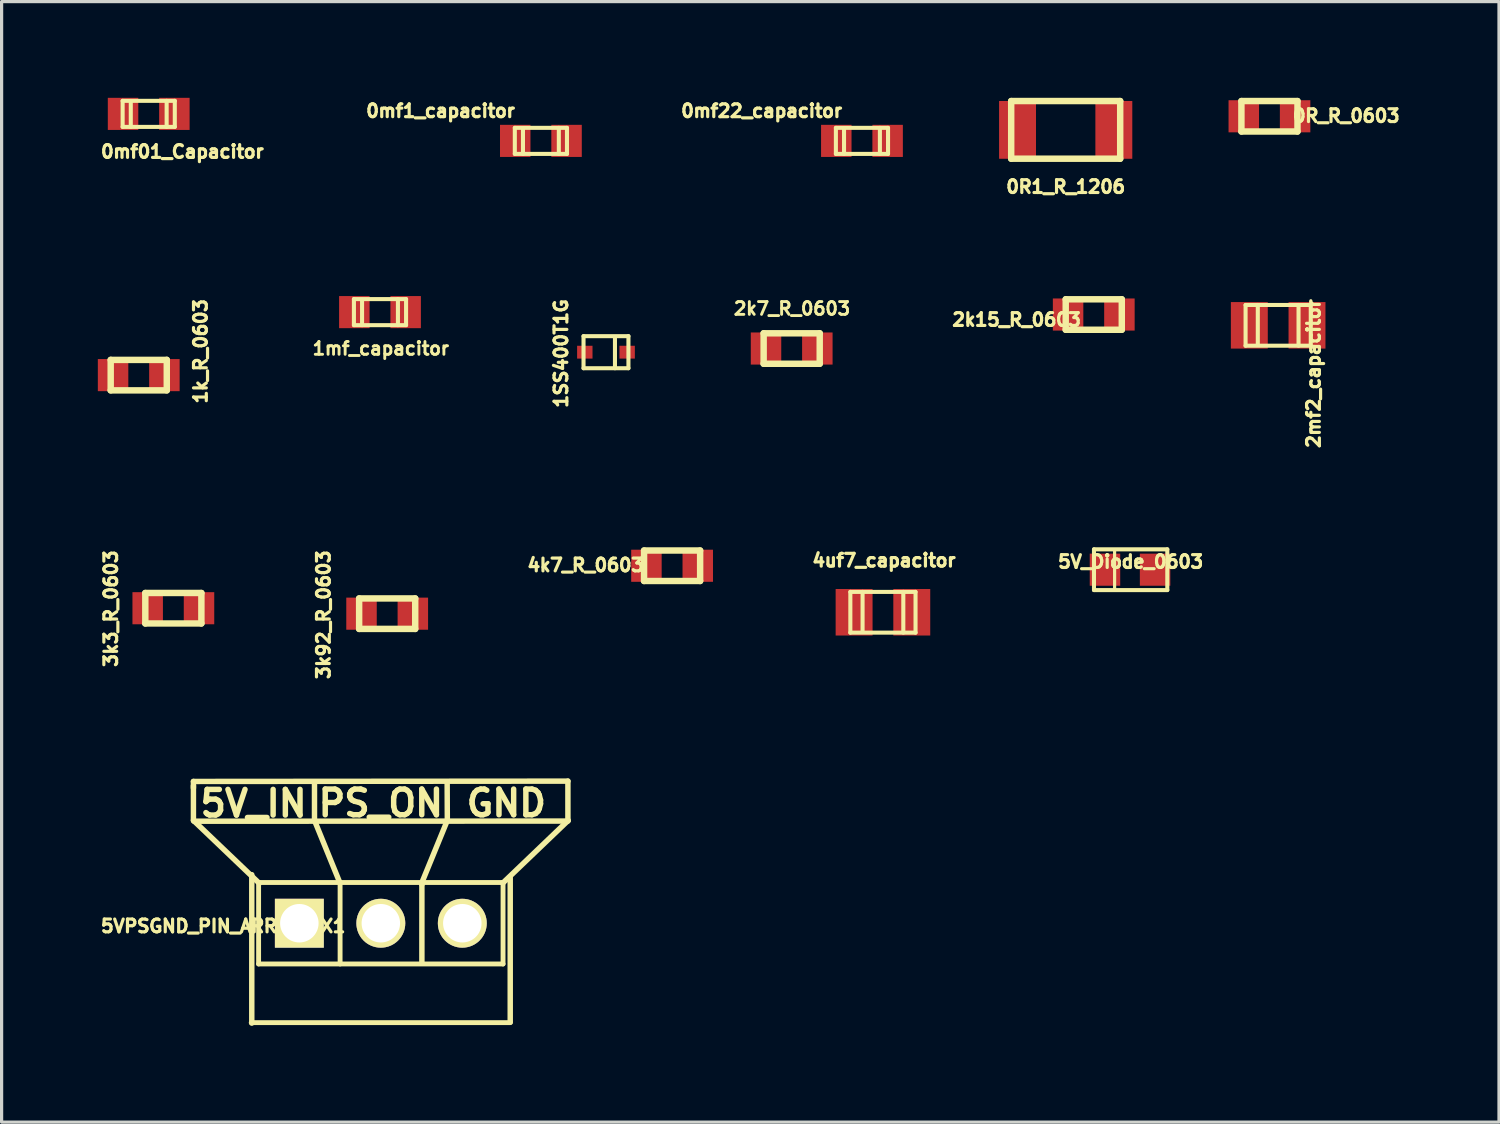
<source format=kicad_pcb>
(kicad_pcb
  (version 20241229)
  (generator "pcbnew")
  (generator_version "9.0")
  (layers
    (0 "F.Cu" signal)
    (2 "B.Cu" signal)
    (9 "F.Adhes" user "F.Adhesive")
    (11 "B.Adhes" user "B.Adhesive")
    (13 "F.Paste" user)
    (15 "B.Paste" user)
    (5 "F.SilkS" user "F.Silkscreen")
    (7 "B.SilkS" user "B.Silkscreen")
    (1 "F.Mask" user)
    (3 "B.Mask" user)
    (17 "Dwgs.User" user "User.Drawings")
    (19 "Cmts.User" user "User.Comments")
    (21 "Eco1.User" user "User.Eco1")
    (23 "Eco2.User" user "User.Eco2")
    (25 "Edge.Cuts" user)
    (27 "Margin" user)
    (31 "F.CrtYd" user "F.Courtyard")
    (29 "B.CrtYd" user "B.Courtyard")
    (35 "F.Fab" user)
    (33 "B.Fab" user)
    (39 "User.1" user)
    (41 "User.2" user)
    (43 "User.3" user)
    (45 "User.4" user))
  (footprint "3k92_R_0603"
    (layer "F.Cu")
    (at 9.02 16.081)
    (property "Reference" "3k92_R_0603" (at -1.984 0.033 90) (layer "F.SilkS") (effects (font (size 0.399 0.399) (thickness 0.099))))
    (attr smd)
    (fp_line (start -0.874 -0.475) (end 0.874 -0.475) (stroke (width 0.201) (type solid)) (layer "F.SilkS"))
    (fp_line (start -0.874 0.475) (end -0.874 -0.475) (stroke (width 0.201) (type solid)) (layer "F.SilkS"))
    (fp_line (start 0.874 -0.475) (end 0.874 0.475) (stroke (width 0.201) (type solid)) (layer "F.SilkS"))
    (fp_line (start 0.874 0.475) (end -0.874 0.475) (stroke (width 0.201) (type solid)) (layer "F.SilkS"))
    (pad "1" smd rect (at -0.8 0) (size 0.95 1.001) (layers "F.Cu" "F.Mask" "F.Paste"))
    (pad "2" smd rect (at 0.8 0) (size 0.95 1.001) (layers "F.Cu" "F.Mask" "F.Paste")))
  (footprint "0R_R_0603"
    (layer "F.Cu")
    (at 36.524 0.575)
    (property "Reference" "0R_R_0603" (at 2.395 -0.015 0) (layer "F.SilkS") (effects (font (size 0.399 0.399) (thickness 0.099))))
    (attr smd)
    (fp_line (start -0.874 -0.475) (end 0.874 -0.475) (stroke (width 0.201) (type solid)) (layer "F.SilkS"))
    (fp_line (start -0.874 0.475) (end -0.874 -0.475) (stroke (width 0.201) (type solid)) (layer "F.SilkS"))
    (fp_line (start 0.874 -0.475) (end 0.874 0.475) (stroke (width 0.201) (type solid)) (layer "F.SilkS"))
    (fp_line (start 0.874 0.475) (end -0.874 0.475) (stroke (width 0.201) (type solid)) (layer "F.SilkS"))
    (pad "1" smd rect (at -0.8 0) (size 0.95 1.001) (layers "F.Cu" "F.Mask" "F.Paste"))
    (pad "2" smd rect (at 0.8 0) (size 0.95 1.001) (layers "F.Cu" "F.Mask" "F.Paste")))
  (footprint "5V_Diode_0603"
    (layer "F.Cu")
    (at 32.197 14.71)
    (property "Reference" "5V_Diode_0603" (at 0 -0.249 0) (layer "F.SilkS") (effects (font (size 0.399 0.399) (thickness 0.099))))
    (attr smd)
    (fp_line (start -1.143 -0.635) (end 1.143 -0.635) (stroke (width 0.127) (type solid)) (layer "F.SilkS"))
    (fp_line (start -1.143 0.635) (end -1.143 -0.635) (stroke (width 0.127) (type solid)) (layer "F.SilkS"))
    (fp_line (start -0.5 -0.599) (end -0.5 0.599) (stroke (width 0.099) (type solid)) (layer "F.SilkS"))
    (fp_line (start 1.143 -0.635) (end 1.143 0.635) (stroke (width 0.127) (type solid)) (layer "F.SilkS"))
    (fp_line (start 1.143 0.635) (end -1.143 0.635) (stroke (width 0.127) (type solid)) (layer "F.SilkS"))
    (pad "1" smd rect (at 0.762 0) (size 0.95 1.001) (layers "F.Cu" "F.Mask" "F.Paste"))
    (pad "2" smd rect (at -0.8 0) (size 0.95 1.001) (layers "F.Cu" "F.Mask" "F.Paste")))
  (footprint "0R1_R_1206"
    (layer "F.Cu")
    (at 30.172 0.999)
    (property "Reference" "0R1_R_1206" (at 0 1.773 0) (layer "F.SilkS") (effects (font (size 0.399 0.399) (thickness 0.099))))
    (attr smd)
    (fp_line (start -1.699 -0.899) (end 1.699 -0.899) (stroke (width 0.201) (type solid)) (layer "F.SilkS"))
    (fp_line (start -1.699 0.899) (end -1.699 -0.899) (stroke (width 0.201) (type solid)) (layer "F.SilkS"))
    (fp_line (start 1.699 -0.899) (end 1.699 0.899) (stroke (width 0.201) (type solid)) (layer "F.SilkS"))
    (fp_line (start 1.699 0.899) (end -1.699 0.899) (stroke (width 0.201) (type solid)) (layer "F.SilkS"))
    (pad "1" smd rect (at -1.501 0) (size 1.151 1.801) (layers "F.Cu" "F.Mask" "F.Paste"))
    (pad "2" smd rect (at 1.501 0) (size 1.151 1.801) (layers "F.Cu" "F.Mask" "F.Paste")))
  (footprint "4k7_R_0603"
    (layer "F.Cu")
    (at 17.902 14.587)
    (property "Reference" "4k7_R_0603" (at -2.695 -0.02 0) (layer "F.SilkS") (effects (font (size 0.399 0.399) (thickness 0.099))))
    (attr smd)
    (fp_line (start -0.874 -0.475) (end 0.874 -0.475) (stroke (width 0.201) (type solid)) (layer "F.SilkS"))
    (fp_line (start -0.874 0.475) (end -0.874 -0.475) (stroke (width 0.201) (type solid)) (layer "F.SilkS"))
    (fp_line (start 0.874 -0.475) (end 0.874 0.475) (stroke (width 0.201) (type solid)) (layer "F.SilkS"))
    (fp_line (start 0.874 0.475) (end -0.874 0.475) (stroke (width 0.201) (type solid)) (layer "F.SilkS"))
    (pad "1" smd rect (at -0.8 0) (size 0.95 1.001) (layers "F.Cu" "F.Mask" "F.Paste"))
    (pad "2" smd rect (at 0.8 0) (size 0.95 1.001) (layers "F.Cu" "F.Mask" "F.Paste")))
  (footprint "1SS400T1G"
    (layer "F.Cu")
    (at 15.841 7.929)
    (property "Reference" "1SS400T1G" (at -1.4 0.04 90) (layer "F.SilkS") (effects (font (size 0.399 0.399) (thickness 0.099))))
    (attr smd)
    (fp_line (start -0.7 -0.5) (end -0.7 0.5) (stroke (width 0.127) (type solid)) (layer "F.SilkS"))
    (fp_line (start -0.7 -0.5) (end 0.7 -0.5) (stroke (width 0.127) (type solid)) (layer "F.SilkS"))
    (fp_line (start -0.7 0.5) (end 0.7 0.5) (stroke (width 0.127) (type solid)) (layer "F.SilkS"))
    (fp_line (start 0.28 0.5) (end 0.28 -0.46) (stroke (width 0.127) (type solid)) (layer "F.SilkS"))
    (fp_line (start 0.7 -0.5) (end 0.7 0.5) (stroke (width 0.127) (type solid)) (layer "F.SilkS"))
    (pad "1" smd rect (at 0.66 0) (size 0.48 0.4) (layers "F.Cu" "F.Mask" "F.Paste"))
    (pad "2" smd rect (at -0.66 0) (size 0.48 0.4) (layers "F.Cu" "F.Mask" "F.Paste")))
  (footprint "1mf_capacitor"
    (layer "F.Cu")
    (at 8.796 6.68)
    (property "Reference" "1mf_capacitor" (at 0.025 1.135 0) (layer "F.SilkS") (effects (font (size 0.399 0.399) (thickness 0.09))))
    (attr smd)
    (fp_line (start -0.813 -0.406) (end 0.813 -0.406) (stroke (width 0.127) (type solid)) (layer "F.SilkS"))
    (fp_line (start -0.813 0.406) (end -0.813 -0.406) (stroke (width 0.127) (type solid)) (layer "F.SilkS"))
    (fp_line (start -0.559 -0.381) (end -0.559 0.406) (stroke (width 0.127) (type solid)) (layer "F.SilkS"))
    (fp_line (start 0.559 0.406) (end 0.559 -0.406) (stroke (width 0.127) (type solid)) (layer "F.SilkS"))
    (fp_line (start 0.813 -0.406) (end 0.813 0.406) (stroke (width 0.127) (type solid)) (layer "F.SilkS"))
    (fp_line (start 0.813 0.406) (end -0.813 0.406) (stroke (width 0.127) (type solid)) (layer "F.SilkS"))
    (pad "1" smd rect (at 0.8 0) (size 0.95 1.001) (layers "F.Cu" "F.Mask" "F.Paste"))
    (pad "2" smd rect (at -0.8 0) (size 0.95 1.001) (layers "F.Cu" "F.Mask" "F.Paste")))
  (footprint "0mf22_capacitor"
    (layer "F.Cu")
    (at 23.821 1.342)
    (property "Reference" "0mf22_capacitor" (at -3.128 -0.935 0) (layer "F.SilkS") (effects (font (size 0.399 0.399) (thickness 0.099))))
    (attr smd)
    (fp_line (start -0.813 -0.406) (end 0.813 -0.406) (stroke (width 0.127) (type solid)) (layer "F.SilkS"))
    (fp_line (start -0.813 0.406) (end -0.813 -0.406) (stroke (width 0.127) (type solid)) (layer "F.SilkS"))
    (fp_line (start -0.559 -0.381) (end -0.559 0.406) (stroke (width 0.127) (type solid)) (layer "F.SilkS"))
    (fp_line (start 0.559 0.406) (end 0.559 -0.406) (stroke (width 0.127) (type solid)) (layer "F.SilkS"))
    (fp_line (start 0.813 -0.406) (end 0.813 0.406) (stroke (width 0.127) (type solid)) (layer "F.SilkS"))
    (fp_line (start 0.813 0.406) (end -0.813 0.406) (stroke (width 0.127) (type solid)) (layer "F.SilkS"))
    (pad "1" smd rect (at 0.8 0) (size 0.95 1.001) (layers "F.Cu" "F.Mask" "F.Paste"))
    (pad "2" smd rect (at -0.8 0) (size 0.95 1.001) (layers "F.Cu" "F.Mask" "F.Paste")))
  (footprint "2k15_R_0603"
    (layer "F.Cu")
    (at 31.047 6.755)
    (property "Reference" "2k15_R_0603" (at -2.405 0.161 0) (layer "F.SilkS") (effects (font (size 0.399 0.399) (thickness 0.099))))
    (attr smd)
    (fp_line (start -0.874 -0.475) (end 0.874 -0.475) (stroke (width 0.201) (type solid)) (layer "F.SilkS"))
    (fp_line (start -0.874 0.475) (end -0.874 -0.475) (stroke (width 0.201) (type solid)) (layer "F.SilkS"))
    (fp_line (start 0.874 -0.475) (end 0.874 0.475) (stroke (width 0.201) (type solid)) (layer "F.SilkS"))
    (fp_line (start 0.874 0.475) (end -0.874 0.475) (stroke (width 0.201) (type solid)) (layer "F.SilkS"))
    (pad "1" smd rect (at -0.8 0) (size 0.95 1.001) (layers "F.Cu" "F.Mask" "F.Paste"))
    (pad "2" smd rect (at 0.8 0) (size 0.95 1.001) (layers "F.Cu" "F.Mask" "F.Paste")))
  (footprint "2k7_R_0603"
    (layer "F.Cu")
    (at 21.63 7.815)
    (property "Reference" "2k7_R_0603" (at 0.01 -1.245 0) (layer "F.SilkS") (effects (font (size 0.399 0.399) (thickness 0.09))))
    (attr smd)
    (fp_line (start -0.874 -0.475) (end 0.874 -0.475) (stroke (width 0.201) (type solid)) (layer "F.SilkS"))
    (fp_line (start -0.874 0.475) (end -0.874 -0.475) (stroke (width 0.201) (type solid)) (layer "F.SilkS"))
    (fp_line (start 0.874 -0.475) (end 0.874 0.475) (stroke (width 0.201) (type solid)) (layer "F.SilkS"))
    (fp_line (start 0.874 0.475) (end -0.874 0.475) (stroke (width 0.201) (type solid)) (layer "F.SilkS"))
    (pad "1" smd rect (at -0.8 0) (size 0.95 1.001) (layers "F.Cu" "F.Mask" "F.Paste"))
    (pad "2" smd rect (at 0.8 0) (size 0.95 1.001) (layers "F.Cu" "F.Mask" "F.Paste")))
  (footprint "3k3_R_0603"
    (layer "F.Cu")
    (at 2.354 15.911)
    (property "Reference" "3k3_R_0603" (at -1.947 0.013 90) (layer "F.SilkS") (effects (font (size 0.399 0.399) (thickness 0.099))))
    (attr smd)
    (fp_line (start -0.874 -0.475) (end 0.874 -0.475) (stroke (width 0.201) (type solid)) (layer "F.SilkS"))
    (fp_line (start -0.874 0.475) (end -0.874 -0.475) (stroke (width 0.201) (type solid)) (layer "F.SilkS"))
    (fp_line (start 0.874 -0.475) (end 0.874 0.475) (stroke (width 0.201) (type solid)) (layer "F.SilkS"))
    (fp_line (start 0.874 0.475) (end -0.874 0.475) (stroke (width 0.201) (type solid)) (layer "F.SilkS"))
    (pad "1" smd rect (at -0.8 0) (size 0.95 1.001) (layers "F.Cu" "F.Mask" "F.Paste"))
    (pad "2" smd rect (at 0.8 0) (size 0.95 1.001) (layers "F.Cu" "F.Mask" "F.Paste")))
  (footprint "4uf7_capacitor"
    (layer "F.Cu")
    (at 24.475 16.037)
    (property "Reference" "4uf7_capacitor" (at 0.033 -1.618 0) (layer "F.SilkS") (effects (font (size 0.399 0.399) (thickness 0.099))))
    (attr smd)
    (fp_line (start -1.016 -0.635) (end 1.016 -0.635) (stroke (width 0.127) (type solid)) (layer "F.SilkS"))
    (fp_line (start -1.016 0.635) (end -1.016 -0.635) (stroke (width 0.127) (type solid)) (layer "F.SilkS"))
    (fp_line (start -0.635 -0.635) (end -0.635 0.61) (stroke (width 0.127) (type solid)) (layer "F.SilkS"))
    (fp_line (start 0.635 -0.635) (end 0.635 0.635) (stroke (width 0.127) (type solid)) (layer "F.SilkS"))
    (fp_line (start 1.016 -0.635) (end 1.016 0.635) (stroke (width 0.127) (type solid)) (layer "F.SilkS"))
    (fp_line (start 1.016 0.635) (end -1.016 0.635) (stroke (width 0.127) (type solid)) (layer "F.SilkS"))
    (pad "1" smd rect (at 0.899 0) (size 1.151 1.45) (layers "F.Cu" "F.Mask" "F.Paste"))
    (pad "2" smd rect (at -0.899 0) (size 1.151 1.45) (layers "F.Cu" "F.Mask" "F.Paste")))
  (footprint "0mf1_capacitor"
    (layer "F.Cu")
    (at 13.812 1.342)
    (property "Reference" "0mf1_capacitor" (at -3.128 -0.935 0) (layer "F.SilkS") (effects (font (size 0.399 0.399) (thickness 0.099))))
    (attr smd)
    (fp_line (start -0.813 -0.406) (end 0.813 -0.406) (stroke (width 0.127) (type solid)) (layer "F.SilkS"))
    (fp_line (start -0.813 0.406) (end -0.813 -0.406) (stroke (width 0.127) (type solid)) (layer "F.SilkS"))
    (fp_line (start -0.559 -0.381) (end -0.559 0.406) (stroke (width 0.127) (type solid)) (layer "F.SilkS"))
    (fp_line (start 0.559 0.406) (end 0.559 -0.406) (stroke (width 0.127) (type solid)) (layer "F.SilkS"))
    (fp_line (start 0.813 -0.406) (end 0.813 0.406) (stroke (width 0.127) (type solid)) (layer "F.SilkS"))
    (fp_line (start 0.813 0.406) (end -0.813 0.406) (stroke (width 0.127) (type solid)) (layer "F.SilkS"))
    (pad "1" smd rect (at 0.8 0) (size 0.95 1.001) (layers "F.Cu" "F.Mask" "F.Paste"))
    (pad "2" smd rect (at -0.8 0) (size 0.95 1.001) (layers "F.Cu" "F.Mask" "F.Paste")))
  (footprint "0mf01_Capacitor"
    (layer "F.Cu")
    (at 1.586 0.5)
    (property "Reference" "0mf01_Capacitor" (at 1.049 1.177 0) (layer "F.SilkS") (effects (font (size 0.399 0.399) (thickness 0.099))))
    (attr smd)
    (fp_line (start -0.813 -0.406) (end 0.813 -0.406) (stroke (width 0.127) (type solid)) (layer "F.SilkS"))
    (fp_line (start -0.813 0.406) (end -0.813 -0.406) (stroke (width 0.127) (type solid)) (layer "F.SilkS"))
    (fp_line (start -0.559 -0.381) (end -0.559 0.406) (stroke (width 0.127) (type solid)) (layer "F.SilkS"))
    (fp_line (start 0.559 0.406) (end 0.559 -0.406) (stroke (width 0.127) (type solid)) (layer "F.SilkS"))
    (fp_line (start 0.813 -0.406) (end 0.813 0.406) (stroke (width 0.127) (type solid)) (layer "F.SilkS"))
    (fp_line (start 0.813 0.406) (end -0.813 0.406) (stroke (width 0.127) (type solid)) (layer "F.SilkS"))
    (pad "1" smd rect (at 0.8 0) (size 0.95 1.001) (layers "F.Cu" "F.Mask" "F.Paste"))
    (pad "2" smd rect (at -0.8 0) (size 0.95 1.001) (layers "F.Cu" "F.Mask" "F.Paste")))
  (footprint "1k_R_0603"
    (layer "F.Cu")
    (at 1.275 8.644)
    (property "Reference" "1k_R_0603" (at 1.927 -0.742 90) (layer "F.SilkS") (effects (font (size 0.399 0.399) (thickness 0.099))))
    (attr smd)
    (fp_line (start -0.874 -0.475) (end 0.874 -0.475) (stroke (width 0.201) (type solid)) (layer "F.SilkS"))
    (fp_line (start -0.874 0.475) (end -0.874 -0.475) (stroke (width 0.201) (type solid)) (layer "F.SilkS"))
    (fp_line (start 0.874 -0.475) (end 0.874 0.475) (stroke (width 0.201) (type solid)) (layer "F.SilkS"))
    (fp_line (start 0.874 0.475) (end -0.874 0.475) (stroke (width 0.201) (type solid)) (layer "F.SilkS"))
    (pad "1" smd rect (at -0.8 0) (size 0.95 1.001) (layers "F.Cu" "F.Mask" "F.Paste"))
    (pad "2" smd rect (at 0.8 0) (size 0.95 1.001) (layers "F.Cu" "F.Mask" "F.Paste")))
  (footprint "5VPSGND_PIN_ARRAY_3X1"
    (layer "F.Cu")
    (at 8.822 25.731)
    (property "Reference" "5VPSGND_PIN_ARRAY_3X1" (at -4.915 0.089 0) (layer "F.SilkS") (effects (font (size 0.399 0.399) (thickness 0.099))))
    (attr through_hole)
    (fp_line (start -5.842 -4.42) (end 5.832 -4.43) (stroke (width 0.17) (type solid)) (layer "F.SilkS"))
    (fp_line (start -5.842 -4.216) (end -5.842 -4.42) (stroke (width 0.17) (type solid)) (layer "F.SilkS"))
    (fp_line (start -5.842 -3.205) (end -5.842 -4.288) (stroke (width 0.17) (type solid)) (layer "F.SilkS"))
    (fp_line (start -5.827 -3.18) (end 5.832 -3.185) (stroke (width 0.17) (type solid)) (layer "F.SilkS"))
    (fp_line (start -4.023 3.114) (end -4.023 -1.514) (stroke (width 0.17) (type solid)) (layer "F.SilkS"))
    (fp_line (start -3.81 -1.27) (end 3.81 -1.27) (stroke (width 0.152) (type solid)) (layer "F.SilkS"))
    (fp_line (start -3.81 1.27) (end -3.81 -1.27) (stroke (width 0.152) (type solid)) (layer "F.SilkS"))
    (fp_line (start -3.79 -1.245) (end -5.842 -3.205) (stroke (width 0.17) (type solid)) (layer "F.SilkS"))
    (fp_line (start -2.068 -3.205) (end -2.068 -4.384) (stroke (width 0.17) (type solid)) (layer "F.SilkS"))
    (fp_line (start -1.28 -1.27) (end -2.068 -3.205) (stroke (width 0.17) (type solid)) (layer "F.SilkS"))
    (fp_line (start -1.27 -1.27) (end -1.27 1.27) (stroke (width 0.152) (type solid)) (layer "F.SilkS"))
    (fp_line (start 1.275 -1.255) (end 2.073 -3.205) (stroke (width 0.17) (type solid)) (layer "F.SilkS"))
    (fp_line (start 1.28 -1.209) (end 1.28 -1.234) (stroke (width 0.17) (type solid)) (layer "F.SilkS"))
    (fp_line (start 1.28 1.234) (end 1.28 -1.209) (stroke (width 0.17) (type solid)) (layer "F.SilkS"))
    (fp_line (start 2.073 -3.205) (end 2.068 -4.409) (stroke (width 0.17) (type solid)) (layer "F.SilkS"))
    (fp_line (start 3.805 -1.255) (end 5.842 -3.205) (stroke (width 0.17) (type solid)) (layer "F.SilkS"))
    (fp_line (start 3.81 -1.27) (end 3.81 1.27) (stroke (width 0.152) (type solid)) (layer "F.SilkS"))
    (fp_line (start 3.81 1.27) (end -3.81 1.27) (stroke (width 0.152) (type solid)) (layer "F.SilkS"))
    (fp_line (start 4.034 3.078) (end 4.034 -1.422) (stroke (width 0.17) (type solid)) (layer "F.SilkS"))
    (fp_line (start 4.041 3.099) (end -4.041 3.099) (stroke (width 0.15) (type solid)) (layer "F.SilkS"))
    (fp_line (start 5.832 -4.43) (end 5.832 -3.195) (stroke (width 0.17) (type solid)) (layer "F.SilkS"))
    (fp_text user "PS_ON" (at 0 -3.744 0) (layer "F.SilkS") (effects (font (size 0.8 0.8) (thickness 0.17))))
    (fp_text user "GND" (at 3.912 -3.744 0) (layer "F.SilkS") (effects (font (size 0.8 0.8) (thickness 0.17))))
    (fp_text user "5V_IN" (at -3.967 -3.734 0) (layer "F.SilkS") (effects (font (size 0.8 0.8) (thickness 0.17))))
    (pad "1" thru_hole rect (at -2.54 0) (size 1.524 1.524) (drill 1.199) (layers "*.Cu" "*.Mask" "F.SilkS"))
    (pad "2" thru_hole circle (at 0 0) (size 1.524 1.524) (drill 1.199) (layers "*.Cu" "*.Mask" "F.SilkS"))
    (pad "3" thru_hole circle (at 2.54 0) (size 1.524 1.524) (drill 1.199) (layers "*.Cu" "*.Mask" "F.SilkS")))
  (footprint "2mf2_capacitor"
    (layer "F.Cu")
    (at 36.796 7.092)
    (property "Reference" "2mf2_capacitor" (at 1.105 1.504 90) (layer "F.SilkS") (effects (font (size 0.399 0.399) (thickness 0.099))))
    (attr smd)
    (fp_line (start -1.016 -0.635) (end 1.016 -0.635) (stroke (width 0.127) (type solid)) (layer "F.SilkS"))
    (fp_line (start -1.016 0.635) (end -1.016 -0.635) (stroke (width 0.127) (type solid)) (layer "F.SilkS"))
    (fp_line (start -0.635 -0.635) (end -0.635 0.61) (stroke (width 0.127) (type solid)) (layer "F.SilkS"))
    (fp_line (start 0.635 -0.635) (end 0.635 0.635) (stroke (width 0.127) (type solid)) (layer "F.SilkS"))
    (fp_line (start 1.016 -0.635) (end 1.016 0.635) (stroke (width 0.127) (type solid)) (layer "F.SilkS"))
    (fp_line (start 1.016 0.635) (end -1.016 0.635) (stroke (width 0.127) (type solid)) (layer "F.SilkS"))
    (pad "1" smd rect (at 0.899 0) (size 1.151 1.45) (layers "F.Cu" "F.Mask" "F.Paste"))
    (pad "2" smd rect (at -0.899 0) (size 1.151 1.45) (layers "F.Cu" "F.Mask" "F.Paste")))
  (gr_rect
    (start -3 -3)
    (end 43.68 31.931)
    (stroke (width 0.1) (type default))
    (fill no)
    (layer "Edge.Cuts")))
</source>
